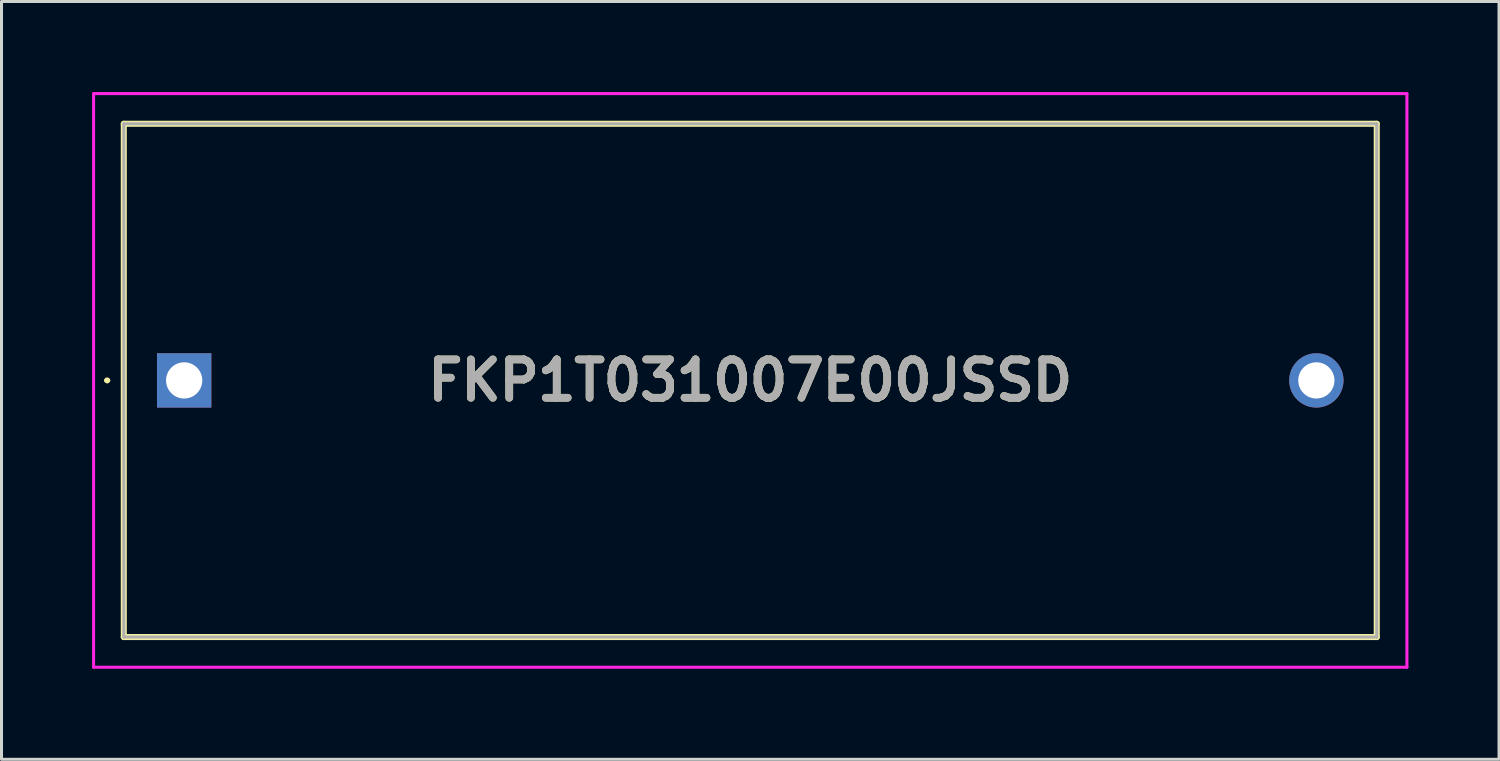
<source format=kicad_pcb>
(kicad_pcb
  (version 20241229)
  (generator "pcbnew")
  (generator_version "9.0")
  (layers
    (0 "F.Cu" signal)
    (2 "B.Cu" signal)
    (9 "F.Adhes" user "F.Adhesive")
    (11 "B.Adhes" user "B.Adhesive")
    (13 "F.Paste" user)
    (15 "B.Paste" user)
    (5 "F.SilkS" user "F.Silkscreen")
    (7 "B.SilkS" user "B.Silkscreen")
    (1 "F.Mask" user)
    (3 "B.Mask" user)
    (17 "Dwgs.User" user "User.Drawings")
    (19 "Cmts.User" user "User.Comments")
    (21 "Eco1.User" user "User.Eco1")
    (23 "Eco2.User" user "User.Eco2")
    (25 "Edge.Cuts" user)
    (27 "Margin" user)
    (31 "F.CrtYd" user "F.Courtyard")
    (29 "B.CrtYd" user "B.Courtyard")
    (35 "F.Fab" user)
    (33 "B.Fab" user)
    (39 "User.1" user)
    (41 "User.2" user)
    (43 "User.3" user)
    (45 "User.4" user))
  (footprint "FKP1T031007E00JSSD"
    (layer "F.Cu")
    (at 3.05 9.55)
    (property "Reference" "FKP1T031007E00JSSD" (at 18.75 0 0) (layer "F.SilkS") (effects (font (size 1.27 1.27) (thickness 0.254))))
    (attr through_hole)
    (fp_line (start -2.6 0) (end -2.6 0) (stroke (width 0.1) (type solid)) (layer "F.SilkS"))
    (fp_line (start -2.5 0) (end -2.5 0) (stroke (width 0.1) (type solid)) (layer "F.SilkS"))
    (fp_line (start -2 -8.5) (end 39.5 -8.5) (stroke (width 0.2) (type solid)) (layer "F.SilkS"))
    (fp_line (start -2 8.5) (end -2 -8.5) (stroke (width 0.2) (type solid)) (layer "F.SilkS"))
    (fp_line (start 39.5 -8.5) (end 39.5 8.5) (stroke (width 0.2) (type solid)) (layer "F.SilkS"))
    (fp_line (start 39.5 8.5) (end -2 8.5) (stroke (width 0.2) (type solid)) (layer "F.SilkS"))
    (fp_arc (start -2.6 0) (mid -2.55 -0.05) (end -2.5 0) (stroke (width 0.1) (type solid)) (layer "F.SilkS"))
    (fp_arc (start -2.5 0) (mid -2.55 0.05) (end -2.6 0) (stroke (width 0.1) (type solid)) (layer "F.SilkS"))
    (fp_line (start -3 -9.5) (end 40.5 -9.5) (stroke (width 0.1) (type solid)) (layer "F.CrtYd"))
    (fp_line (start -3 9.5) (end -3 -9.5) (stroke (width 0.1) (type solid)) (layer "F.CrtYd"))
    (fp_line (start 40.5 -9.5) (end 40.5 9.5) (stroke (width 0.1) (type solid)) (layer "F.CrtYd"))
    (fp_line (start 40.5 9.5) (end -3 9.5) (stroke (width 0.1) (type solid)) (layer "F.CrtYd"))
    (fp_line (start -2 -8.5) (end -2 8.5) (stroke (width 0.1) (type solid)) (layer "F.Fab"))
    (fp_line (start -2 8.5) (end 39.5 8.5) (stroke (width 0.1) (type solid)) (layer "F.Fab"))
    (fp_line (start 39.5 -8.5) (end -2 -8.5) (stroke (width 0.1) (type solid)) (layer "F.Fab"))
    (fp_line (start 39.5 8.5) (end 39.5 -8.5) (stroke (width 0.1) (type solid)) (layer "F.Fab"))
    (fp_text user "${REFERENCE}" (at 18.75 0 0) (layer "F.Fab") (effects (font (size 1.27 1.27) (thickness 0.254))))
    (pad "1" thru_hole rect (at 0 0) (size 1.8 1.8) (drill 1.2) (layers "*.Cu" "*.Mask"))
    (pad "2" thru_hole circle (at 37.5 0) (size 1.8 1.8) (drill 1.2) (layers "*.Cu" "*.Mask")))
  (gr_rect
    (start -3 -3)
    (end 46.6 22.1)
    (stroke (width 0.1) (type default))
    (fill no)
    (layer "Edge.Cuts")))
</source>
